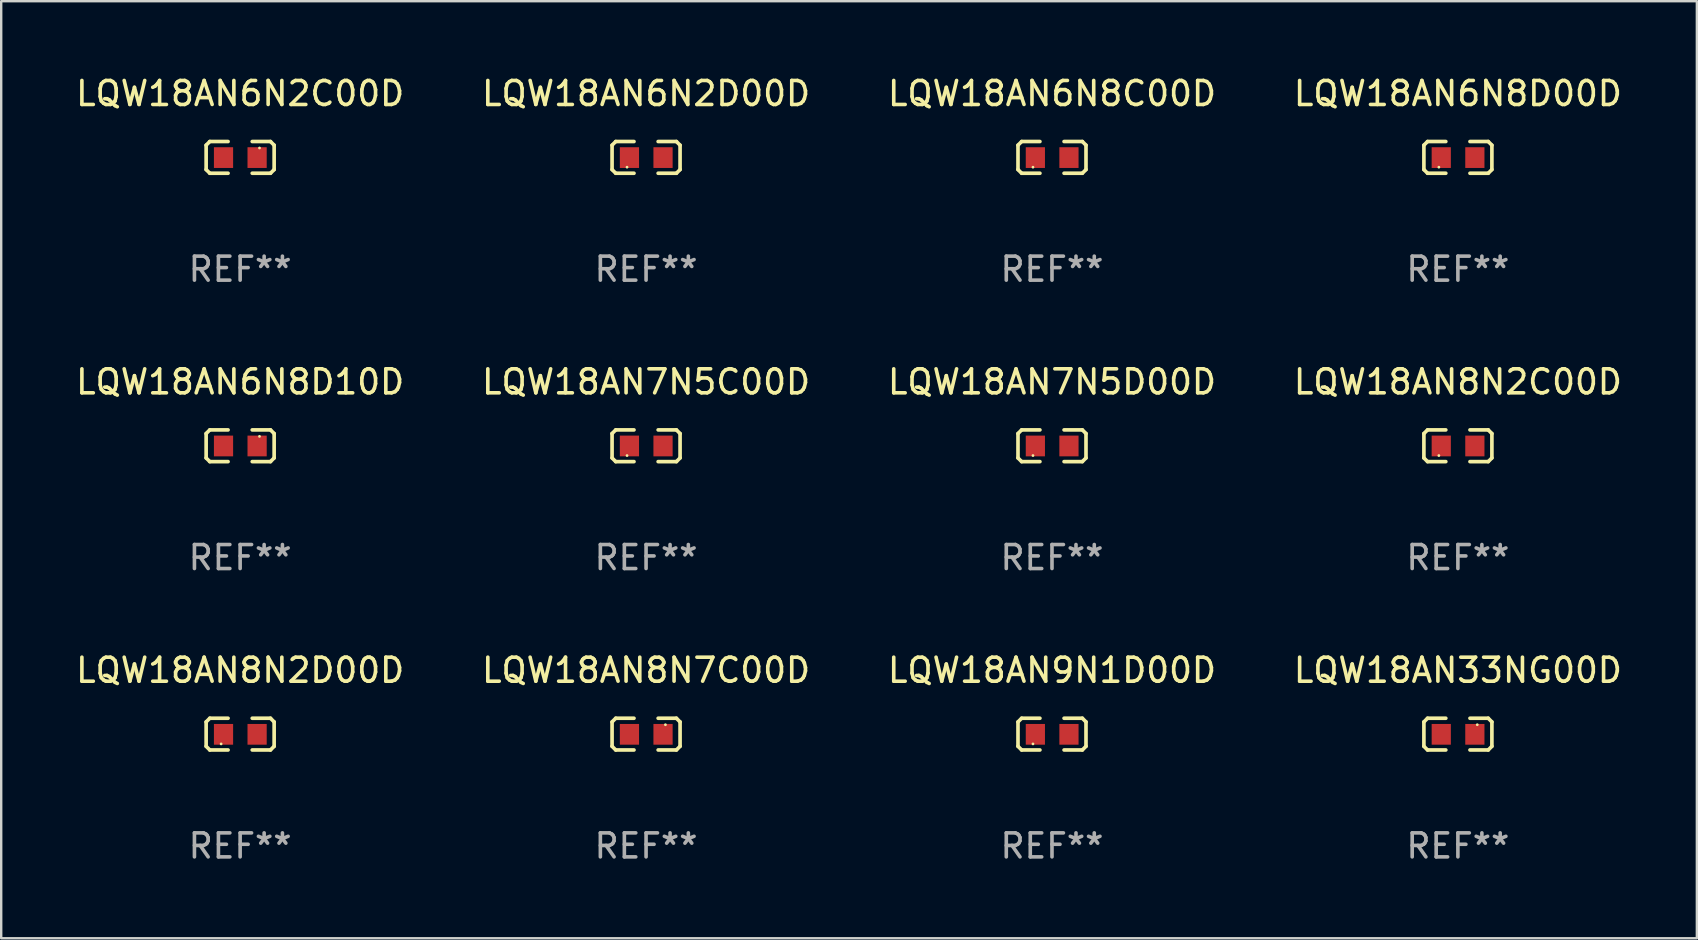
<source format=kicad_pcb>
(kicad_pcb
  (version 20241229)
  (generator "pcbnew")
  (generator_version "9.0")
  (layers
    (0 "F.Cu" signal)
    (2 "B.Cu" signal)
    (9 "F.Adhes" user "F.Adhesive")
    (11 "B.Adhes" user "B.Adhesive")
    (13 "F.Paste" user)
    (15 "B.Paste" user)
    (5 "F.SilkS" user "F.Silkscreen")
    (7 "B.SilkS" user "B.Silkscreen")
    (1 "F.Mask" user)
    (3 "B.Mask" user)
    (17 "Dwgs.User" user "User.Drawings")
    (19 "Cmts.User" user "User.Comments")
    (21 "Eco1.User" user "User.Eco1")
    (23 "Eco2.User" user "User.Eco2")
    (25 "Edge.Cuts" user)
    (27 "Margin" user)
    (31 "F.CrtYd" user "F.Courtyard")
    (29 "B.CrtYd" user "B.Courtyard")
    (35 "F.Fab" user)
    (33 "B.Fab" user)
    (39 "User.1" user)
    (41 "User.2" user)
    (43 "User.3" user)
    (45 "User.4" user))
  (footprint "LQW18AN7N5C00D"
    (layer "F.Cu")
    (at 23.875 15.527)
    (property "Reference" "LQW18AN7N5C00D" (at 0 -2.661 0) (layer "F.SilkS") (effects (font (size 1 1) (thickness 0.15))))
    (attr through_hole)
    (fp_line (start -1.417 -0.508) (end -1.265 -0.661) (stroke (width 0.152) (type solid)) (layer "F.SilkS"))
    (fp_line (start -1.417 0.508) (end -1.417 -0.508) (stroke (width 0.152) (type solid)) (layer "F.SilkS"))
    (fp_line (start -1.265 -0.661) (end -0.503 -0.661) (stroke (width 0.152) (type solid)) (layer "F.SilkS"))
    (fp_line (start -1.265 0.661) (end -1.417 0.508) (stroke (width 0.152) (type solid)) (layer "F.SilkS"))
    (fp_line (start -1.265 0.661) (end -0.503 0.661) (stroke (width 0.152) (type solid)) (layer "F.SilkS"))
    (fp_line (start 1.265 -0.661) (end 0.503 -0.661) (stroke (width 0.152) (type solid)) (layer "F.SilkS"))
    (fp_line (start 1.265 -0.661) (end 1.417 -0.508) (stroke (width 0.152) (type solid)) (layer "F.SilkS"))
    (fp_line (start 1.265 0.661) (end 0.503 0.661) (stroke (width 0.152) (type solid)) (layer "F.SilkS"))
    (fp_line (start 1.417 -0.508) (end 1.417 0.508) (stroke (width 0.152) (type solid)) (layer "F.SilkS"))
    (fp_line (start 1.417 0.508) (end 1.265 0.661) (stroke (width 0.152) (type solid)) (layer "F.SilkS"))
    (fp_circle (center -0.793 0.409) (end -0.763 0.409) (stroke (width 0.06) (type solid)) (fill no) (layer "F.SilkS"))
    (fp_text user "REF**" (at 0 4.661 0) (layer "F.Fab") (effects (font (size 1 1) (thickness 0.15))))
    (pad "1" smd rect (at -0.693 0.009 180) (size 0.8 0.864) (layers "F.Cu" "F.Mask" "F.Paste"))
    (pad "2" smd rect (at 0.707 0.009 180) (size 0.8 0.864) (layers "F.Cu" "F.Mask" "F.Paste")))
  (footprint "LQW18AN6N8D10D"
    (layer "F.Cu")
    (at 6.958 15.527)
    (property "Reference" "LQW18AN6N8D10D" (at 0 -2.661 0) (layer "F.SilkS") (effects (font (size 1 1) (thickness 0.15))))
    (attr through_hole)
    (fp_line (start -1.417 -0.508) (end -1.265 -0.661) (stroke (width 0.152) (type solid)) (layer "F.SilkS"))
    (fp_line (start -1.417 0.508) (end -1.417 -0.508) (stroke (width 0.152) (type solid)) (layer "F.SilkS"))
    (fp_line (start -1.265 -0.661) (end -0.503 -0.661) (stroke (width 0.152) (type solid)) (layer "F.SilkS"))
    (fp_line (start -1.265 0.661) (end -1.417 0.508) (stroke (width 0.152) (type solid)) (layer "F.SilkS"))
    (fp_line (start -1.265 0.661) (end -0.503 0.661) (stroke (width 0.152) (type solid)) (layer "F.SilkS"))
    (fp_line (start 1.265 -0.661) (end 0.503 -0.661) (stroke (width 0.152) (type solid)) (layer "F.SilkS"))
    (fp_line (start 1.265 -0.661) (end 1.417 -0.508) (stroke (width 0.152) (type solid)) (layer "F.SilkS"))
    (fp_line (start 1.265 0.661) (end 0.503 0.661) (stroke (width 0.152) (type solid)) (layer "F.SilkS"))
    (fp_line (start 1.417 -0.508) (end 1.417 0.508) (stroke (width 0.152) (type solid)) (layer "F.SilkS"))
    (fp_line (start 1.417 0.508) (end 1.265 0.661) (stroke (width 0.152) (type solid)) (layer "F.SilkS"))
    (fp_circle (center 0.807 -0.391) (end 0.837 -0.391) (stroke (width 0.06) (type solid)) (fill no) (layer "F.SilkS"))
    (fp_text user "REF**" (at 0 4.661 0) (layer "F.Fab") (effects (font (size 1 1) (thickness 0.15))))
    (pad "1" smd rect (at 0.707 0.009 180) (size 0.8 0.864) (layers "F.Cu" "F.Mask" "F.Paste"))
    (pad "2" smd rect (at -0.693 0.009 180) (size 0.8 0.864) (layers "F.Cu" "F.Mask" "F.Paste")))
  (footprint "LQW18AN6N8D00D"
    (layer "F.Cu")
    (at 57.708 3.509)
    (property "Reference" "LQW18AN6N8D00D" (at 0 -2.661 0) (layer "F.SilkS") (effects (font (size 1 1) (thickness 0.15))))
    (attr through_hole)
    (fp_line (start -1.417 -0.508) (end -1.265 -0.661) (stroke (width 0.152) (type solid)) (layer "F.SilkS"))
    (fp_line (start -1.417 0.508) (end -1.417 -0.508) (stroke (width 0.152) (type solid)) (layer "F.SilkS"))
    (fp_line (start -1.265 -0.661) (end -0.503 -0.661) (stroke (width 0.152) (type solid)) (layer "F.SilkS"))
    (fp_line (start -1.265 0.661) (end -1.417 0.508) (stroke (width 0.152) (type solid)) (layer "F.SilkS"))
    (fp_line (start -1.265 0.661) (end -0.503 0.661) (stroke (width 0.152) (type solid)) (layer "F.SilkS"))
    (fp_line (start 1.265 -0.661) (end 0.503 -0.661) (stroke (width 0.152) (type solid)) (layer "F.SilkS"))
    (fp_line (start 1.265 -0.661) (end 1.417 -0.508) (stroke (width 0.152) (type solid)) (layer "F.SilkS"))
    (fp_line (start 1.265 0.661) (end 0.503 0.661) (stroke (width 0.152) (type solid)) (layer "F.SilkS"))
    (fp_line (start 1.417 -0.508) (end 1.417 0.508) (stroke (width 0.152) (type solid)) (layer "F.SilkS"))
    (fp_line (start 1.417 0.508) (end 1.265 0.661) (stroke (width 0.152) (type solid)) (layer "F.SilkS"))
    (fp_circle (center -0.793 0.409) (end -0.763 0.409) (stroke (width 0.06) (type solid)) (fill no) (layer "F.SilkS"))
    (fp_text user "REF**" (at 0 4.661 0) (layer "F.Fab") (effects (font (size 1 1) (thickness 0.15))))
    (pad "1" smd rect (at -0.693 0.009 180) (size 0.8 0.864) (layers "F.Cu" "F.Mask" "F.Paste"))
    (pad "2" smd rect (at 0.707 0.009 180) (size 0.8 0.864) (layers "F.Cu" "F.Mask" "F.Paste")))
  (footprint "LQW18AN8N7C00D"
    (layer "F.Cu")
    (at 23.875 27.544)
    (property "Reference" "LQW18AN8N7C00D" (at 0 -2.661 0) (layer "F.SilkS") (effects (font (size 1 1) (thickness 0.15))))
    (attr through_hole)
    (fp_line (start -1.417 -0.508) (end -1.265 -0.661) (stroke (width 0.152) (type solid)) (layer "F.SilkS"))
    (fp_line (start -1.417 0.508) (end -1.417 -0.508) (stroke (width 0.152) (type solid)) (layer "F.SilkS"))
    (fp_line (start -1.265 -0.661) (end -0.503 -0.661) (stroke (width 0.152) (type solid)) (layer "F.SilkS"))
    (fp_line (start -1.265 0.661) (end -1.417 0.508) (stroke (width 0.152) (type solid)) (layer "F.SilkS"))
    (fp_line (start -1.265 0.661) (end -0.503 0.661) (stroke (width 0.152) (type solid)) (layer "F.SilkS"))
    (fp_line (start 1.265 -0.661) (end 0.503 -0.661) (stroke (width 0.152) (type solid)) (layer "F.SilkS"))
    (fp_line (start 1.265 -0.661) (end 1.417 -0.508) (stroke (width 0.152) (type solid)) (layer "F.SilkS"))
    (fp_line (start 1.265 0.661) (end 0.503 0.661) (stroke (width 0.152) (type solid)) (layer "F.SilkS"))
    (fp_line (start 1.417 -0.508) (end 1.417 0.508) (stroke (width 0.152) (type solid)) (layer "F.SilkS"))
    (fp_line (start 1.417 0.508) (end 1.265 0.661) (stroke (width 0.152) (type solid)) (layer "F.SilkS"))
    (fp_circle (center 0.807 -0.391) (end 0.837 -0.391) (stroke (width 0.06) (type solid)) (fill no) (layer "F.SilkS"))
    (fp_text user "REF**" (at 0 4.661 0) (layer "F.Fab") (effects (font (size 1 1) (thickness 0.15))))
    (pad "1" smd rect (at 0.707 0.009 180) (size 0.8 0.864) (layers "F.Cu" "F.Mask" "F.Paste"))
    (pad "2" smd rect (at -0.693 0.009 180) (size 0.8 0.864) (layers "F.Cu" "F.Mask" "F.Paste")))
  (footprint "LQW18AN6N2C00D"
    (layer "F.Cu")
    (at 6.958 3.509)
    (property "Reference" "LQW18AN6N2C00D" (at 0 -2.661 0) (layer "F.SilkS") (effects (font (size 1 1) (thickness 0.15))))
    (attr through_hole)
    (fp_line (start -1.417 -0.508) (end -1.265 -0.661) (stroke (width 0.152) (type solid)) (layer "F.SilkS"))
    (fp_line (start -1.417 0.508) (end -1.417 -0.508) (stroke (width 0.152) (type solid)) (layer "F.SilkS"))
    (fp_line (start -1.265 -0.661) (end -0.503 -0.661) (stroke (width 0.152) (type solid)) (layer "F.SilkS"))
    (fp_line (start -1.265 0.661) (end -1.417 0.508) (stroke (width 0.152) (type solid)) (layer "F.SilkS"))
    (fp_line (start -1.265 0.661) (end -0.503 0.661) (stroke (width 0.152) (type solid)) (layer "F.SilkS"))
    (fp_line (start 1.265 -0.661) (end 0.503 -0.661) (stroke (width 0.152) (type solid)) (layer "F.SilkS"))
    (fp_line (start 1.265 -0.661) (end 1.417 -0.508) (stroke (width 0.152) (type solid)) (layer "F.SilkS"))
    (fp_line (start 1.265 0.661) (end 0.503 0.661) (stroke (width 0.152) (type solid)) (layer "F.SilkS"))
    (fp_line (start 1.417 -0.508) (end 1.417 0.508) (stroke (width 0.152) (type solid)) (layer "F.SilkS"))
    (fp_line (start 1.417 0.508) (end 1.265 0.661) (stroke (width 0.152) (type solid)) (layer "F.SilkS"))
    (fp_circle (center 0.807 -0.391) (end 0.837 -0.391) (stroke (width 0.06) (type solid)) (fill no) (layer "F.SilkS"))
    (fp_text user "REF**" (at 0 4.661 0) (layer "F.Fab") (effects (font (size 1 1) (thickness 0.15))))
    (pad "1" smd rect (at 0.707 0.009 180) (size 0.8 0.864) (layers "F.Cu" "F.Mask" "F.Paste"))
    (pad "2" smd rect (at -0.693 0.009 180) (size 0.8 0.864) (layers "F.Cu" "F.Mask" "F.Paste")))
  (footprint "LQW18AN6N8C00D"
    (layer "F.Cu")
    (at 40.792 3.509)
    (property "Reference" "LQW18AN6N8C00D" (at 0 -2.661 0) (layer "F.SilkS") (effects (font (size 1 1) (thickness 0.15))))
    (attr through_hole)
    (fp_line (start -1.417 -0.508) (end -1.265 -0.661) (stroke (width 0.152) (type solid)) (layer "F.SilkS"))
    (fp_line (start -1.417 0.508) (end -1.417 -0.508) (stroke (width 0.152) (type solid)) (layer "F.SilkS"))
    (fp_line (start -1.265 -0.661) (end -0.503 -0.661) (stroke (width 0.152) (type solid)) (layer "F.SilkS"))
    (fp_line (start -1.265 0.661) (end -1.417 0.508) (stroke (width 0.152) (type solid)) (layer "F.SilkS"))
    (fp_line (start -1.265 0.661) (end -0.503 0.661) (stroke (width 0.152) (type solid)) (layer "F.SilkS"))
    (fp_line (start 1.265 -0.661) (end 0.503 -0.661) (stroke (width 0.152) (type solid)) (layer "F.SilkS"))
    (fp_line (start 1.265 -0.661) (end 1.417 -0.508) (stroke (width 0.152) (type solid)) (layer "F.SilkS"))
    (fp_line (start 1.265 0.661) (end 0.503 0.661) (stroke (width 0.152) (type solid)) (layer "F.SilkS"))
    (fp_line (start 1.417 -0.508) (end 1.417 0.508) (stroke (width 0.152) (type solid)) (layer "F.SilkS"))
    (fp_line (start 1.417 0.508) (end 1.265 0.661) (stroke (width 0.152) (type solid)) (layer "F.SilkS"))
    (fp_circle (center -0.793 0.409) (end -0.763 0.409) (stroke (width 0.06) (type solid)) (fill no) (layer "F.SilkS"))
    (fp_text user "REF**" (at 0 4.661 0) (layer "F.Fab") (effects (font (size 1 1) (thickness 0.15))))
    (pad "1" smd rect (at -0.693 0.009 180) (size 0.8 0.864) (layers "F.Cu" "F.Mask" "F.Paste"))
    (pad "2" smd rect (at 0.707 0.009 180) (size 0.8 0.864) (layers "F.Cu" "F.Mask" "F.Paste")))
  (footprint "LQW18AN33NG00D"
    (layer "F.Cu")
    (at 57.708 27.544)
    (property "Reference" "LQW18AN33NG00D" (at 0 -2.661 0) (layer "F.SilkS") (effects (font (size 1 1) (thickness 0.15))))
    (attr through_hole)
    (fp_line (start -1.417 -0.508) (end -1.265 -0.661) (stroke (width 0.152) (type solid)) (layer "F.SilkS"))
    (fp_line (start -1.417 0.508) (end -1.417 -0.508) (stroke (width 0.152) (type solid)) (layer "F.SilkS"))
    (fp_line (start -1.265 -0.661) (end -0.503 -0.661) (stroke (width 0.152) (type solid)) (layer "F.SilkS"))
    (fp_line (start -1.265 0.661) (end -1.417 0.508) (stroke (width 0.152) (type solid)) (layer "F.SilkS"))
    (fp_line (start -1.265 0.661) (end -0.503 0.661) (stroke (width 0.152) (type solid)) (layer "F.SilkS"))
    (fp_line (start 1.265 -0.661) (end 0.503 -0.661) (stroke (width 0.152) (type solid)) (layer "F.SilkS"))
    (fp_line (start 1.265 -0.661) (end 1.417 -0.508) (stroke (width 0.152) (type solid)) (layer "F.SilkS"))
    (fp_line (start 1.265 0.661) (end 0.503 0.661) (stroke (width 0.152) (type solid)) (layer "F.SilkS"))
    (fp_line (start 1.417 -0.508) (end 1.417 0.508) (stroke (width 0.152) (type solid)) (layer "F.SilkS"))
    (fp_line (start 1.417 0.508) (end 1.265 0.661) (stroke (width 0.152) (type solid)) (layer "F.SilkS"))
    (fp_circle (center 0.807 -0.391) (end 0.837 -0.391) (stroke (width 0.06) (type solid)) (fill no) (layer "F.SilkS"))
    (fp_text user "REF**" (at 0 4.661 0) (layer "F.Fab") (effects (font (size 1 1) (thickness 0.15))))
    (pad "1" smd rect (at 0.707 0.009 180) (size 0.8 0.864) (layers "F.Cu" "F.Mask" "F.Paste"))
    (pad "2" smd rect (at -0.693 0.009 180) (size 0.8 0.864) (layers "F.Cu" "F.Mask" "F.Paste")))
  (footprint "LQW18AN8N2C00D"
    (layer "F.Cu")
    (at 57.708 15.527)
    (property "Reference" "LQW18AN8N2C00D" (at 0 -2.661 0) (layer "F.SilkS") (effects (font (size 1 1) (thickness 0.15))))
    (attr through_hole)
    (fp_line (start -1.417 -0.508) (end -1.265 -0.661) (stroke (width 0.152) (type solid)) (layer "F.SilkS"))
    (fp_line (start -1.417 0.508) (end -1.417 -0.508) (stroke (width 0.152) (type solid)) (layer "F.SilkS"))
    (fp_line (start -1.265 -0.661) (end -0.503 -0.661) (stroke (width 0.152) (type solid)) (layer "F.SilkS"))
    (fp_line (start -1.265 0.661) (end -1.417 0.508) (stroke (width 0.152) (type solid)) (layer "F.SilkS"))
    (fp_line (start -1.265 0.661) (end -0.503 0.661) (stroke (width 0.152) (type solid)) (layer "F.SilkS"))
    (fp_line (start 1.265 -0.661) (end 0.503 -0.661) (stroke (width 0.152) (type solid)) (layer "F.SilkS"))
    (fp_line (start 1.265 -0.661) (end 1.417 -0.508) (stroke (width 0.152) (type solid)) (layer "F.SilkS"))
    (fp_line (start 1.265 0.661) (end 0.503 0.661) (stroke (width 0.152) (type solid)) (layer "F.SilkS"))
    (fp_line (start 1.417 -0.508) (end 1.417 0.508) (stroke (width 0.152) (type solid)) (layer "F.SilkS"))
    (fp_line (start 1.417 0.508) (end 1.265 0.661) (stroke (width 0.152) (type solid)) (layer "F.SilkS"))
    (fp_circle (center -0.793 0.409) (end -0.763 0.409) (stroke (width 0.06) (type solid)) (fill no) (layer "F.SilkS"))
    (fp_text user "REF**" (at 0 4.661 0) (layer "F.Fab") (effects (font (size 1 1) (thickness 0.15))))
    (pad "1" smd rect (at -0.693 0.009 180) (size 0.8 0.864) (layers "F.Cu" "F.Mask" "F.Paste"))
    (pad "2" smd rect (at 0.707 0.009 180) (size 0.8 0.864) (layers "F.Cu" "F.Mask" "F.Paste")))
  (footprint "LQW18AN7N5D00D"
    (layer "F.Cu")
    (at 40.792 15.527)
    (property "Reference" "LQW18AN7N5D00D" (at 0 -2.661 0) (layer "F.SilkS") (effects (font (size 1 1) (thickness 0.15))))
    (attr through_hole)
    (fp_line (start -1.417 -0.508) (end -1.265 -0.661) (stroke (width 0.152) (type solid)) (layer "F.SilkS"))
    (fp_line (start -1.417 0.508) (end -1.417 -0.508) (stroke (width 0.152) (type solid)) (layer "F.SilkS"))
    (fp_line (start -1.265 -0.661) (end -0.503 -0.661) (stroke (width 0.152) (type solid)) (layer "F.SilkS"))
    (fp_line (start -1.265 0.661) (end -1.417 0.508) (stroke (width 0.152) (type solid)) (layer "F.SilkS"))
    (fp_line (start -1.265 0.661) (end -0.503 0.661) (stroke (width 0.152) (type solid)) (layer "F.SilkS"))
    (fp_line (start 1.265 -0.661) (end 0.503 -0.661) (stroke (width 0.152) (type solid)) (layer "F.SilkS"))
    (fp_line (start 1.265 -0.661) (end 1.417 -0.508) (stroke (width 0.152) (type solid)) (layer "F.SilkS"))
    (fp_line (start 1.265 0.661) (end 0.503 0.661) (stroke (width 0.152) (type solid)) (layer "F.SilkS"))
    (fp_line (start 1.417 -0.508) (end 1.417 0.508) (stroke (width 0.152) (type solid)) (layer "F.SilkS"))
    (fp_line (start 1.417 0.508) (end 1.265 0.661) (stroke (width 0.152) (type solid)) (layer "F.SilkS"))
    (fp_circle (center -0.793 0.409) (end -0.763 0.409) (stroke (width 0.06) (type solid)) (fill no) (layer "F.SilkS"))
    (fp_text user "REF**" (at 0 4.661 0) (layer "F.Fab") (effects (font (size 1 1) (thickness 0.15))))
    (pad "1" smd rect (at -0.693 0.009 180) (size 0.8 0.864) (layers "F.Cu" "F.Mask" "F.Paste"))
    (pad "2" smd rect (at 0.707 0.009 180) (size 0.8 0.864) (layers "F.Cu" "F.Mask" "F.Paste")))
  (footprint "LQW18AN8N2D00D"
    (layer "F.Cu")
    (at 6.958 27.544)
    (property "Reference" "LQW18AN8N2D00D" (at 0 -2.661 0) (layer "F.SilkS") (effects (font (size 1 1) (thickness 0.15))))
    (attr through_hole)
    (fp_line (start -1.417 -0.508) (end -1.265 -0.661) (stroke (width 0.152) (type solid)) (layer "F.SilkS"))
    (fp_line (start -1.417 0.508) (end -1.417 -0.508) (stroke (width 0.152) (type solid)) (layer "F.SilkS"))
    (fp_line (start -1.265 -0.661) (end -0.503 -0.661) (stroke (width 0.152) (type solid)) (layer "F.SilkS"))
    (fp_line (start -1.265 0.661) (end -1.417 0.508) (stroke (width 0.152) (type solid)) (layer "F.SilkS"))
    (fp_line (start -1.265 0.661) (end -0.503 0.661) (stroke (width 0.152) (type solid)) (layer "F.SilkS"))
    (fp_line (start 1.265 -0.661) (end 0.503 -0.661) (stroke (width 0.152) (type solid)) (layer "F.SilkS"))
    (fp_line (start 1.265 -0.661) (end 1.417 -0.508) (stroke (width 0.152) (type solid)) (layer "F.SilkS"))
    (fp_line (start 1.265 0.661) (end 0.503 0.661) (stroke (width 0.152) (type solid)) (layer "F.SilkS"))
    (fp_line (start 1.417 -0.508) (end 1.417 0.508) (stroke (width 0.152) (type solid)) (layer "F.SilkS"))
    (fp_line (start 1.417 0.508) (end 1.265 0.661) (stroke (width 0.152) (type solid)) (layer "F.SilkS"))
    (fp_circle (center -0.793 0.409) (end -0.763 0.409) (stroke (width 0.06) (type solid)) (fill no) (layer "F.SilkS"))
    (fp_text user "REF**" (at 0 4.661 0) (layer "F.Fab") (effects (font (size 1 1) (thickness 0.15))))
    (pad "1" smd rect (at -0.693 0.009 180) (size 0.8 0.864) (layers "F.Cu" "F.Mask" "F.Paste"))
    (pad "2" smd rect (at 0.707 0.009 180) (size 0.8 0.864) (layers "F.Cu" "F.Mask" "F.Paste")))
  (footprint "LQW18AN9N1D00D"
    (layer "F.Cu")
    (at 40.792 27.544)
    (property "Reference" "LQW18AN9N1D00D" (at 0 -2.661 0) (layer "F.SilkS") (effects (font (size 1 1) (thickness 0.15))))
    (attr through_hole)
    (fp_line (start -1.417 -0.508) (end -1.265 -0.661) (stroke (width 0.152) (type solid)) (layer "F.SilkS"))
    (fp_line (start -1.417 0.508) (end -1.417 -0.508) (stroke (width 0.152) (type solid)) (layer "F.SilkS"))
    (fp_line (start -1.265 -0.661) (end -0.503 -0.661) (stroke (width 0.152) (type solid)) (layer "F.SilkS"))
    (fp_line (start -1.265 0.661) (end -1.417 0.508) (stroke (width 0.152) (type solid)) (layer "F.SilkS"))
    (fp_line (start -1.265 0.661) (end -0.503 0.661) (stroke (width 0.152) (type solid)) (layer "F.SilkS"))
    (fp_line (start 1.265 -0.661) (end 0.503 -0.661) (stroke (width 0.152) (type solid)) (layer "F.SilkS"))
    (fp_line (start 1.265 -0.661) (end 1.417 -0.508) (stroke (width 0.152) (type solid)) (layer "F.SilkS"))
    (fp_line (start 1.265 0.661) (end 0.503 0.661) (stroke (width 0.152) (type solid)) (layer "F.SilkS"))
    (fp_line (start 1.417 -0.508) (end 1.417 0.508) (stroke (width 0.152) (type solid)) (layer "F.SilkS"))
    (fp_line (start 1.417 0.508) (end 1.265 0.661) (stroke (width 0.152) (type solid)) (layer "F.SilkS"))
    (fp_circle (center -0.793 0.409) (end -0.763 0.409) (stroke (width 0.06) (type solid)) (fill no) (layer "F.SilkS"))
    (fp_text user "REF**" (at 0 4.661 0) (layer "F.Fab") (effects (font (size 1 1) (thickness 0.15))))
    (pad "1" smd rect (at -0.693 0.009 180) (size 0.8 0.864) (layers "F.Cu" "F.Mask" "F.Paste"))
    (pad "2" smd rect (at 0.707 0.009 180) (size 0.8 0.864) (layers "F.Cu" "F.Mask" "F.Paste")))
  (footprint "LQW18AN6N2D00D"
    (layer "F.Cu")
    (at 23.875 3.509)
    (property "Reference" "LQW18AN6N2D00D" (at 0 -2.661 0) (layer "F.SilkS") (effects (font (size 1 1) (thickness 0.15))))
    (attr through_hole)
    (fp_line (start -1.417 -0.508) (end -1.265 -0.661) (stroke (width 0.152) (type solid)) (layer "F.SilkS"))
    (fp_line (start -1.417 0.508) (end -1.417 -0.508) (stroke (width 0.152) (type solid)) (layer "F.SilkS"))
    (fp_line (start -1.265 -0.661) (end -0.503 -0.661) (stroke (width 0.152) (type solid)) (layer "F.SilkS"))
    (fp_line (start -1.265 0.661) (end -1.417 0.508) (stroke (width 0.152) (type solid)) (layer "F.SilkS"))
    (fp_line (start -1.265 0.661) (end -0.503 0.661) (stroke (width 0.152) (type solid)) (layer "F.SilkS"))
    (fp_line (start 1.265 -0.661) (end 0.503 -0.661) (stroke (width 0.152) (type solid)) (layer "F.SilkS"))
    (fp_line (start 1.265 -0.661) (end 1.417 -0.508) (stroke (width 0.152) (type solid)) (layer "F.SilkS"))
    (fp_line (start 1.265 0.661) (end 0.503 0.661) (stroke (width 0.152) (type solid)) (layer "F.SilkS"))
    (fp_line (start 1.417 -0.508) (end 1.417 0.508) (stroke (width 0.152) (type solid)) (layer "F.SilkS"))
    (fp_line (start 1.417 0.508) (end 1.265 0.661) (stroke (width 0.152) (type solid)) (layer "F.SilkS"))
    (fp_circle (center -0.793 0.409) (end -0.763 0.409) (stroke (width 0.06) (type solid)) (fill no) (layer "F.SilkS"))
    (fp_text user "REF**" (at 0 4.661 0) (layer "F.Fab") (effects (font (size 1 1) (thickness 0.15))))
    (pad "1" smd rect (at -0.693 0.009 180) (size 0.8 0.864) (layers "F.Cu" "F.Mask" "F.Paste"))
    (pad "2" smd rect (at 0.707 0.009 180) (size 0.8 0.864) (layers "F.Cu" "F.Mask" "F.Paste")))
  (gr_rect
    (start -3 -3)
    (end 67.667 36.053)
    (stroke (width 0.1) (type default))
    (fill no)
    (layer "Edge.Cuts")))
</source>
